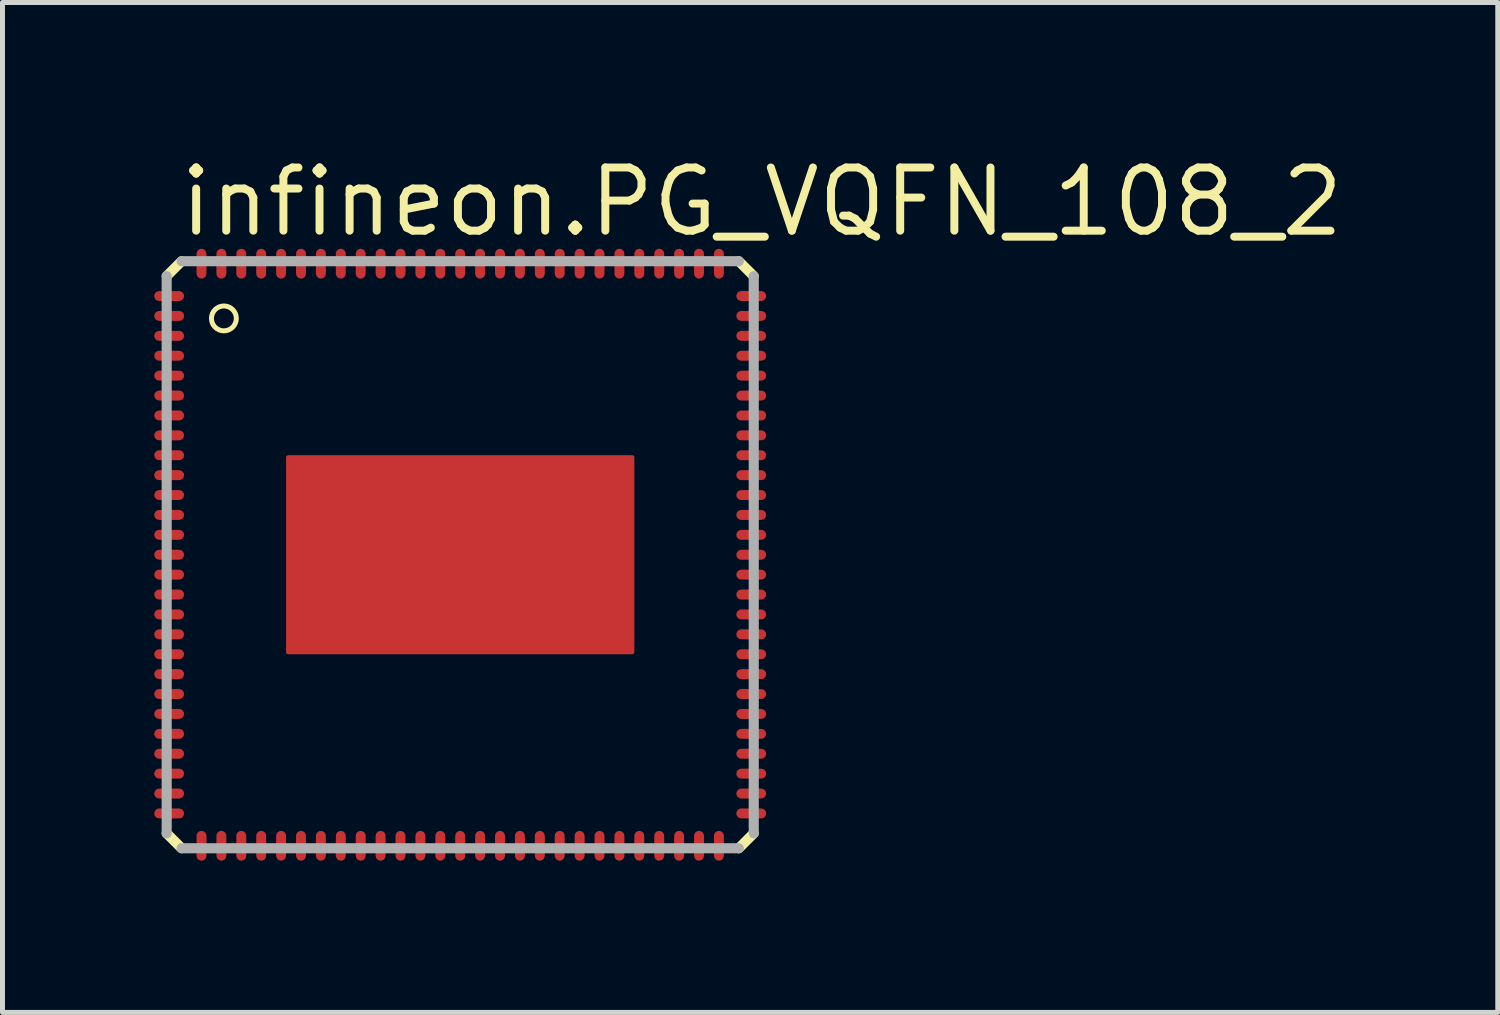
<source format=kicad_pcb>
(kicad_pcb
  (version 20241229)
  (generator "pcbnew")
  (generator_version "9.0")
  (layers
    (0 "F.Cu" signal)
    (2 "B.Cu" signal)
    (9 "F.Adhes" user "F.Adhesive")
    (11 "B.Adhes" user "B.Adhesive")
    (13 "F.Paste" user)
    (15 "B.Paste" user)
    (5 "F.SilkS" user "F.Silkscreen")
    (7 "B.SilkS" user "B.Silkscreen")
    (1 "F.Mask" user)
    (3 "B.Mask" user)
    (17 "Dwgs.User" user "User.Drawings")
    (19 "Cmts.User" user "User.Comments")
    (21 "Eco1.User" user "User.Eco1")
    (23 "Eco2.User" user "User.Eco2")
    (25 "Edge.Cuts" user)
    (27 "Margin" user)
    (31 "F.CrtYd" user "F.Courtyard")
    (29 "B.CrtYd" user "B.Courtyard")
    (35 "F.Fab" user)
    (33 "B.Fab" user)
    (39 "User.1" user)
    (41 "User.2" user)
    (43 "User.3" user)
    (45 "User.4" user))
  (footprint "infineon.PG_VQFN_108_2"
    (layer "F.Cu")
    (at 6.2 8.1)
    (property "Reference" "infineon.PG_VQFN_108_2" (at -5.715 -6.35 0) (layer "F.SilkS") (effects (font (size 1.27 1.27) (thickness 0.16)) (justify left bottom)))
    (attr smd)
    (fp_rect (start -6.175 -5.075) (end -5.525 -5.325) (stroke (width 0.05) (type default)) (fill yes) (layer "F.Mask"))
    (fp_rect (start -6.175 -4.675) (end -5.525 -4.925) (stroke (width 0.05) (type default)) (fill yes) (layer "F.Mask"))
    (fp_rect (start -6.175 -4.275) (end -5.525 -4.525) (stroke (width 0.05) (type default)) (fill yes) (layer "F.Mask"))
    (fp_rect (start -6.175 -3.875) (end -5.525 -4.125) (stroke (width 0.05) (type default)) (fill yes) (layer "F.Mask"))
    (fp_rect (start -6.175 -3.475) (end -5.525 -3.725) (stroke (width 0.05) (type default)) (fill yes) (layer "F.Mask"))
    (fp_rect (start -6.175 -3.075) (end -5.525 -3.325) (stroke (width 0.05) (type default)) (fill yes) (layer "F.Mask"))
    (fp_rect (start -6.175 -2.675) (end -5.525 -2.925) (stroke (width 0.05) (type default)) (fill yes) (layer "F.Mask"))
    (fp_rect (start -6.175 -2.275) (end -5.525 -2.525) (stroke (width 0.05) (type default)) (fill yes) (layer "F.Mask"))
    (fp_rect (start -6.175 -1.875) (end -5.525 -2.125) (stroke (width 0.05) (type default)) (fill yes) (layer "F.Mask"))
    (fp_rect (start -6.175 -1.475) (end -5.525 -1.725) (stroke (width 0.05) (type default)) (fill yes) (layer "F.Mask"))
    (fp_rect (start -6.175 -1.075) (end -5.525 -1.325) (stroke (width 0.05) (type default)) (fill yes) (layer "F.Mask"))
    (fp_rect (start -6.175 -0.675) (end -5.525 -0.925) (stroke (width 0.05) (type default)) (fill yes) (layer "F.Mask"))
    (fp_rect (start -6.175 -0.275) (end -5.525 -0.525) (stroke (width 0.05) (type default)) (fill yes) (layer "F.Mask"))
    (fp_rect (start -6.175 0.125) (end -5.525 -0.125) (stroke (width 0.05) (type default)) (fill yes) (layer "F.Mask"))
    (fp_rect (start -6.175 0.525) (end -5.525 0.275) (stroke (width 0.05) (type default)) (fill yes) (layer "F.Mask"))
    (fp_rect (start -6.175 0.925) (end -5.525 0.675) (stroke (width 0.05) (type default)) (fill yes) (layer "F.Mask"))
    (fp_rect (start -6.175 1.325) (end -5.525 1.075) (stroke (width 0.05) (type default)) (fill yes) (layer "F.Mask"))
    (fp_rect (start -6.175 1.725) (end -5.525 1.475) (stroke (width 0.05) (type default)) (fill yes) (layer "F.Mask"))
    (fp_rect (start -6.175 2.125) (end -5.525 1.875) (stroke (width 0.05) (type default)) (fill yes) (layer "F.Mask"))
    (fp_rect (start -6.175 2.525) (end -5.525 2.275) (stroke (width 0.05) (type default)) (fill yes) (layer "F.Mask"))
    (fp_rect (start -6.175 2.925) (end -5.525 2.675) (stroke (width 0.05) (type default)) (fill yes) (layer "F.Mask"))
    (fp_rect (start -6.175 3.325) (end -5.525 3.075) (stroke (width 0.05) (type default)) (fill yes) (layer "F.Mask"))
    (fp_rect (start -6.175 3.725) (end -5.525 3.475) (stroke (width 0.05) (type default)) (fill yes) (layer "F.Mask"))
    (fp_rect (start -6.175 4.125) (end -5.525 3.875) (stroke (width 0.05) (type default)) (fill yes) (layer "F.Mask"))
    (fp_rect (start -6.175 4.525) (end -5.525 4.275) (stroke (width 0.05) (type default)) (fill yes) (layer "F.Mask"))
    (fp_rect (start -6.175 4.925) (end -5.525 4.675) (stroke (width 0.05) (type default)) (fill yes) (layer "F.Mask"))
    (fp_rect (start -6.175 5.325) (end -5.525 5.075) (stroke (width 0.05) (type default)) (fill yes) (layer "F.Mask"))
    (fp_rect (start -5.325 -5.525) (end -5.075 -6.175) (stroke (width 0.05) (type default)) (fill yes) (layer "F.Mask"))
    (fp_rect (start -5.325 6.175) (end -5.075 5.525) (stroke (width 0.05) (type default)) (fill yes) (layer "F.Mask"))
    (fp_rect (start -4.925 -5.525) (end -4.675 -6.175) (stroke (width 0.05) (type default)) (fill yes) (layer "F.Mask"))
    (fp_rect (start -4.925 6.175) (end -4.675 5.525) (stroke (width 0.05) (type default)) (fill yes) (layer "F.Mask"))
    (fp_rect (start -4.525 -5.525) (end -4.275 -6.175) (stroke (width 0.05) (type default)) (fill yes) (layer "F.Mask"))
    (fp_rect (start -4.525 6.175) (end -4.275 5.525) (stroke (width 0.05) (type default)) (fill yes) (layer "F.Mask"))
    (fp_rect (start -4.125 -5.525) (end -3.875 -6.175) (stroke (width 0.05) (type default)) (fill yes) (layer "F.Mask"))
    (fp_rect (start -4.125 6.175) (end -3.875 5.525) (stroke (width 0.05) (type default)) (fill yes) (layer "F.Mask"))
    (fp_rect (start -3.725 -5.525) (end -3.475 -6.175) (stroke (width 0.05) (type default)) (fill yes) (layer "F.Mask"))
    (fp_rect (start -3.725 6.175) (end -3.475 5.525) (stroke (width 0.05) (type default)) (fill yes) (layer "F.Mask"))
    (fp_rect (start -3.325 -5.525) (end -3.075 -6.175) (stroke (width 0.05) (type default)) (fill yes) (layer "F.Mask"))
    (fp_rect (start -3.325 6.175) (end -3.075 5.525) (stroke (width 0.05) (type default)) (fill yes) (layer "F.Mask"))
    (fp_rect (start -2.925 -5.525) (end -2.675 -6.175) (stroke (width 0.05) (type default)) (fill yes) (layer "F.Mask"))
    (fp_rect (start -2.925 6.175) (end -2.675 5.525) (stroke (width 0.05) (type default)) (fill yes) (layer "F.Mask"))
    (fp_rect (start -2.525 -5.525) (end -2.275 -6.175) (stroke (width 0.05) (type default)) (fill yes) (layer "F.Mask"))
    (fp_rect (start -2.525 6.175) (end -2.275 5.525) (stroke (width 0.05) (type default)) (fill yes) (layer "F.Mask"))
    (fp_rect (start -2.125 -5.525) (end -1.875 -6.175) (stroke (width 0.05) (type default)) (fill yes) (layer "F.Mask"))
    (fp_rect (start -2.125 6.175) (end -1.875 5.525) (stroke (width 0.05) (type default)) (fill yes) (layer "F.Mask"))
    (fp_rect (start -1.725 -5.525) (end -1.475 -6.175) (stroke (width 0.05) (type default)) (fill yes) (layer "F.Mask"))
    (fp_rect (start -1.725 6.175) (end -1.475 5.525) (stroke (width 0.05) (type default)) (fill yes) (layer "F.Mask"))
    (fp_rect (start -1.325 -5.525) (end -1.075 -6.175) (stroke (width 0.05) (type default)) (fill yes) (layer "F.Mask"))
    (fp_rect (start -1.325 6.175) (end -1.075 5.525) (stroke (width 0.05) (type default)) (fill yes) (layer "F.Mask"))
    (fp_rect (start -0.925 -5.525) (end -0.675 -6.175) (stroke (width 0.05) (type default)) (fill yes) (layer "F.Mask"))
    (fp_rect (start -0.925 6.175) (end -0.675 5.525) (stroke (width 0.05) (type default)) (fill yes) (layer "F.Mask"))
    (fp_rect (start -0.525 -5.525) (end -0.275 -6.175) (stroke (width 0.05) (type default)) (fill yes) (layer "F.Mask"))
    (fp_rect (start -0.525 6.175) (end -0.275 5.525) (stroke (width 0.05) (type default)) (fill yes) (layer "F.Mask"))
    (fp_rect (start -0.125 -5.525) (end 0.125 -6.175) (stroke (width 0.05) (type default)) (fill yes) (layer "F.Mask"))
    (fp_rect (start -0.125 6.175) (end 0.125 5.525) (stroke (width 0.05) (type default)) (fill yes) (layer "F.Mask"))
    (fp_rect (start 0.275 -5.525) (end 0.525 -6.175) (stroke (width 0.05) (type default)) (fill yes) (layer "F.Mask"))
    (fp_rect (start 0.275 6.175) (end 0.525 5.525) (stroke (width 0.05) (type default)) (fill yes) (layer "F.Mask"))
    (fp_rect (start 0.675 -5.525) (end 0.925 -6.175) (stroke (width 0.05) (type default)) (fill yes) (layer "F.Mask"))
    (fp_rect (start 0.675 6.175) (end 0.925 5.525) (stroke (width 0.05) (type default)) (fill yes) (layer "F.Mask"))
    (fp_rect (start 1.075 -5.525) (end 1.325 -6.175) (stroke (width 0.05) (type default)) (fill yes) (layer "F.Mask"))
    (fp_rect (start 1.075 6.175) (end 1.325 5.525) (stroke (width 0.05) (type default)) (fill yes) (layer "F.Mask"))
    (fp_rect (start 1.475 -5.525) (end 1.725 -6.175) (stroke (width 0.05) (type default)) (fill yes) (layer "F.Mask"))
    (fp_rect (start 1.475 6.175) (end 1.725 5.525) (stroke (width 0.05) (type default)) (fill yes) (layer "F.Mask"))
    (fp_rect (start 1.875 -5.525) (end 2.125 -6.175) (stroke (width 0.05) (type default)) (fill yes) (layer "F.Mask"))
    (fp_rect (start 1.875 6.175) (end 2.125 5.525) (stroke (width 0.05) (type default)) (fill yes) (layer "F.Mask"))
    (fp_rect (start 2.275 -5.525) (end 2.525 -6.175) (stroke (width 0.05) (type default)) (fill yes) (layer "F.Mask"))
    (fp_rect (start 2.275 6.175) (end 2.525 5.525) (stroke (width 0.05) (type default)) (fill yes) (layer "F.Mask"))
    (fp_rect (start 2.675 -5.525) (end 2.925 -6.175) (stroke (width 0.05) (type default)) (fill yes) (layer "F.Mask"))
    (fp_rect (start 2.675 6.175) (end 2.925 5.525) (stroke (width 0.05) (type default)) (fill yes) (layer "F.Mask"))
    (fp_rect (start 3.075 -5.525) (end 3.325 -6.175) (stroke (width 0.05) (type default)) (fill yes) (layer "F.Mask"))
    (fp_rect (start 3.075 6.175) (end 3.325 5.525) (stroke (width 0.05) (type default)) (fill yes) (layer "F.Mask"))
    (fp_rect (start 3.475 -5.525) (end 3.725 -6.175) (stroke (width 0.05) (type default)) (fill yes) (layer "F.Mask"))
    (fp_rect (start 3.475 6.175) (end 3.725 5.525) (stroke (width 0.05) (type default)) (fill yes) (layer "F.Mask"))
    (fp_rect (start 3.875 -5.525) (end 4.125 -6.175) (stroke (width 0.05) (type default)) (fill yes) (layer "F.Mask"))
    (fp_rect (start 3.875 6.175) (end 4.125 5.525) (stroke (width 0.05) (type default)) (fill yes) (layer "F.Mask"))
    (fp_rect (start 4.275 -5.525) (end 4.525 -6.175) (stroke (width 0.05) (type default)) (fill yes) (layer "F.Mask"))
    (fp_rect (start 4.275 6.175) (end 4.525 5.525) (stroke (width 0.05) (type default)) (fill yes) (layer "F.Mask"))
    (fp_rect (start 4.675 -5.525) (end 4.925 -6.175) (stroke (width 0.05) (type default)) (fill yes) (layer "F.Mask"))
    (fp_rect (start 4.675 6.175) (end 4.925 5.525) (stroke (width 0.05) (type default)) (fill yes) (layer "F.Mask"))
    (fp_rect (start 5.075 -5.525) (end 5.325 -6.175) (stroke (width 0.05) (type default)) (fill yes) (layer "F.Mask"))
    (fp_rect (start 5.075 6.175) (end 5.325 5.525) (stroke (width 0.05) (type default)) (fill yes) (layer "F.Mask"))
    (fp_rect (start 5.525 -5.075) (end 6.175 -5.325) (stroke (width 0.05) (type default)) (fill yes) (layer "F.Mask"))
    (fp_rect (start 5.525 -4.675) (end 6.175 -4.925) (stroke (width 0.05) (type default)) (fill yes) (layer "F.Mask"))
    (fp_rect (start 5.525 -4.275) (end 6.175 -4.525) (stroke (width 0.05) (type default)) (fill yes) (layer "F.Mask"))
    (fp_rect (start 5.525 -3.875) (end 6.175 -4.125) (stroke (width 0.05) (type default)) (fill yes) (layer "F.Mask"))
    (fp_rect (start 5.525 -3.475) (end 6.175 -3.725) (stroke (width 0.05) (type default)) (fill yes) (layer "F.Mask"))
    (fp_rect (start 5.525 -3.075) (end 6.175 -3.325) (stroke (width 0.05) (type default)) (fill yes) (layer "F.Mask"))
    (fp_rect (start 5.525 -2.675) (end 6.175 -2.925) (stroke (width 0.05) (type default)) (fill yes) (layer "F.Mask"))
    (fp_rect (start 5.525 -2.275) (end 6.175 -2.525) (stroke (width 0.05) (type default)) (fill yes) (layer "F.Mask"))
    (fp_rect (start 5.525 -1.875) (end 6.175 -2.125) (stroke (width 0.05) (type default)) (fill yes) (layer "F.Mask"))
    (fp_rect (start 5.525 -1.475) (end 6.175 -1.725) (stroke (width 0.05) (type default)) (fill yes) (layer "F.Mask"))
    (fp_rect (start 5.525 -1.075) (end 6.175 -1.325) (stroke (width 0.05) (type default)) (fill yes) (layer "F.Mask"))
    (fp_rect (start 5.525 -0.675) (end 6.175 -0.925) (stroke (width 0.05) (type default)) (fill yes) (layer "F.Mask"))
    (fp_rect (start 5.525 -0.275) (end 6.175 -0.525) (stroke (width 0.05) (type default)) (fill yes) (layer "F.Mask"))
    (fp_rect (start 5.525 0.125) (end 6.175 -0.125) (stroke (width 0.05) (type default)) (fill yes) (layer "F.Mask"))
    (fp_rect (start 5.525 0.525) (end 6.175 0.275) (stroke (width 0.05) (type default)) (fill yes) (layer "F.Mask"))
    (fp_rect (start 5.525 0.925) (end 6.175 0.675) (stroke (width 0.05) (type default)) (fill yes) (layer "F.Mask"))
    (fp_rect (start 5.525 1.325) (end 6.175 1.075) (stroke (width 0.05) (type default)) (fill yes) (layer "F.Mask"))
    (fp_rect (start 5.525 1.725) (end 6.175 1.475) (stroke (width 0.05) (type default)) (fill yes) (layer "F.Mask"))
    (fp_rect (start 5.525 2.125) (end 6.175 1.875) (stroke (width 0.05) (type default)) (fill yes) (layer "F.Mask"))
    (fp_rect (start 5.525 2.525) (end 6.175 2.275) (stroke (width 0.05) (type default)) (fill yes) (layer "F.Mask"))
    (fp_rect (start 5.525 2.925) (end 6.175 2.675) (stroke (width 0.05) (type default)) (fill yes) (layer "F.Mask"))
    (fp_rect (start 5.525 3.325) (end 6.175 3.075) (stroke (width 0.05) (type default)) (fill yes) (layer "F.Mask"))
    (fp_rect (start 5.525 3.725) (end 6.175 3.475) (stroke (width 0.05) (type default)) (fill yes) (layer "F.Mask"))
    (fp_rect (start 5.525 4.125) (end 6.175 3.875) (stroke (width 0.05) (type default)) (fill yes) (layer "F.Mask"))
    (fp_rect (start 5.525 4.525) (end 6.175 4.275) (stroke (width 0.05) (type default)) (fill yes) (layer "F.Mask"))
    (fp_rect (start 5.525 4.925) (end 6.175 4.675) (stroke (width 0.05) (type default)) (fill yes) (layer "F.Mask"))
    (fp_rect (start 5.525 5.325) (end 6.175 5.075) (stroke (width 0.05) (type default)) (fill yes) (layer "F.Mask"))
    (fp_poly (pts (xy -3.5 -2) (xy -3.35 -2) (xy -3.05 -1.7) (xy -2.75 -2) (xy 3.5 -2) (xy 3.5 2) (xy -3.5 2)) (stroke (width 0.203) (type default)) (fill yes) (layer "F.Mask"))
    (fp_line (start -5.9 -5.6) (end -5.6 -5.9) (stroke (width 0.203) (type default)) (layer "F.SilkS"))
    (fp_line (start -5.6 5.9) (end -5.9 5.6) (stroke (width 0.203) (type default)) (layer "F.SilkS"))
    (fp_line (start 5.6 -5.9) (end 5.9 -5.6) (stroke (width 0.203) (type default)) (layer "F.SilkS"))
    (fp_line (start 5.9 5.6) (end 5.6 5.9) (stroke (width 0.203) (type default)) (layer "F.SilkS"))
    (fp_circle (center -4.75 -4.75) (end -4.5 -4.75) (stroke (width 0.1) (type default)) (fill no) (layer "F.SilkS"))
    (fp_rect (start -6.125 -5.125) (end -5.575 -5.275) (stroke (width 0.05) (type default)) (fill yes) (layer "F.Paste"))
    (fp_rect (start -6.125 -4.725) (end -5.575 -4.875) (stroke (width 0.05) (type default)) (fill yes) (layer "F.Paste"))
    (fp_rect (start -6.125 -4.325) (end -5.575 -4.475) (stroke (width 0.05) (type default)) (fill yes) (layer "F.Paste"))
    (fp_rect (start -6.125 -3.925) (end -5.575 -4.075) (stroke (width 0.05) (type default)) (fill yes) (layer "F.Paste"))
    (fp_rect (start -6.125 -3.525) (end -5.575 -3.675) (stroke (width 0.05) (type default)) (fill yes) (layer "F.Paste"))
    (fp_rect (start -6.125 -3.125) (end -5.575 -3.275) (stroke (width 0.05) (type default)) (fill yes) (layer "F.Paste"))
    (fp_rect (start -6.125 -2.725) (end -5.575 -2.875) (stroke (width 0.05) (type default)) (fill yes) (layer "F.Paste"))
    (fp_rect (start -6.125 -2.325) (end -5.575 -2.475) (stroke (width 0.05) (type default)) (fill yes) (layer "F.Paste"))
    (fp_rect (start -6.125 -1.925) (end -5.575 -2.075) (stroke (width 0.05) (type default)) (fill yes) (layer "F.Paste"))
    (fp_rect (start -6.125 -1.525) (end -5.575 -1.675) (stroke (width 0.05) (type default)) (fill yes) (layer "F.Paste"))
    (fp_rect (start -6.125 -1.125) (end -5.575 -1.275) (stroke (width 0.05) (type default)) (fill yes) (layer "F.Paste"))
    (fp_rect (start -6.125 -0.725) (end -5.575 -0.875) (stroke (width 0.05) (type default)) (fill yes) (layer "F.Paste"))
    (fp_rect (start -6.125 -0.325) (end -5.575 -0.475) (stroke (width 0.05) (type default)) (fill yes) (layer "F.Paste"))
    (fp_rect (start -6.125 0.075) (end -5.575 -0.075) (stroke (width 0.05) (type default)) (fill yes) (layer "F.Paste"))
    (fp_rect (start -6.125 0.475) (end -5.575 0.325) (stroke (width 0.05) (type default)) (fill yes) (layer "F.Paste"))
    (fp_rect (start -6.125 0.875) (end -5.575 0.725) (stroke (width 0.05) (type default)) (fill yes) (layer "F.Paste"))
    (fp_rect (start -6.125 1.275) (end -5.575 1.125) (stroke (width 0.05) (type default)) (fill yes) (layer "F.Paste"))
    (fp_rect (start -6.125 1.675) (end -5.575 1.525) (stroke (width 0.05) (type default)) (fill yes) (layer "F.Paste"))
    (fp_rect (start -6.125 2.075) (end -5.575 1.925) (stroke (width 0.05) (type default)) (fill yes) (layer "F.Paste"))
    (fp_rect (start -6.125 2.475) (end -5.575 2.325) (stroke (width 0.05) (type default)) (fill yes) (layer "F.Paste"))
    (fp_rect (start -6.125 2.875) (end -5.575 2.725) (stroke (width 0.05) (type default)) (fill yes) (layer "F.Paste"))
    (fp_rect (start -6.125 3.275) (end -5.575 3.125) (stroke (width 0.05) (type default)) (fill yes) (layer "F.Paste"))
    (fp_rect (start -6.125 3.675) (end -5.575 3.525) (stroke (width 0.05) (type default)) (fill yes) (layer "F.Paste"))
    (fp_rect (start -6.125 4.075) (end -5.575 3.925) (stroke (width 0.05) (type default)) (fill yes) (layer "F.Paste"))
    (fp_rect (start -6.125 4.475) (end -5.575 4.325) (stroke (width 0.05) (type default)) (fill yes) (layer "F.Paste"))
    (fp_rect (start -6.125 4.875) (end -5.575 4.725) (stroke (width 0.05) (type default)) (fill yes) (layer "F.Paste"))
    (fp_rect (start -6.125 5.275) (end -5.575 5.125) (stroke (width 0.05) (type default)) (fill yes) (layer "F.Paste"))
    (fp_rect (start -5.275 -5.575) (end -5.125 -6.125) (stroke (width 0.05) (type default)) (fill yes) (layer "F.Paste"))
    (fp_rect (start -5.275 6.125) (end -5.125 5.575) (stroke (width 0.05) (type default)) (fill yes) (layer "F.Paste"))
    (fp_rect (start -4.875 -5.575) (end -4.725 -6.125) (stroke (width 0.05) (type default)) (fill yes) (layer "F.Paste"))
    (fp_rect (start -4.875 6.125) (end -4.725 5.575) (stroke (width 0.05) (type default)) (fill yes) (layer "F.Paste"))
    (fp_rect (start -4.475 -5.575) (end -4.325 -6.125) (stroke (width 0.05) (type default)) (fill yes) (layer "F.Paste"))
    (fp_rect (start -4.475 6.125) (end -4.325 5.575) (stroke (width 0.05) (type default)) (fill yes) (layer "F.Paste"))
    (fp_rect (start -4.075 -5.575) (end -3.925 -6.125) (stroke (width 0.05) (type default)) (fill yes) (layer "F.Paste"))
    (fp_rect (start -4.075 6.125) (end -3.925 5.575) (stroke (width 0.05) (type default)) (fill yes) (layer "F.Paste"))
    (fp_rect (start -3.675 -5.575) (end -3.525 -6.125) (stroke (width 0.05) (type default)) (fill yes) (layer "F.Paste"))
    (fp_rect (start -3.675 6.125) (end -3.525 5.575) (stroke (width 0.05) (type default)) (fill yes) (layer "F.Paste"))
    (fp_rect (start -3.275 -5.575) (end -3.125 -6.125) (stroke (width 0.05) (type default)) (fill yes) (layer "F.Paste"))
    (fp_rect (start -3.275 6.125) (end -3.125 5.575) (stroke (width 0.05) (type default)) (fill yes) (layer "F.Paste"))
    (fp_rect (start -3.2 1.6) (end 3.2 -1.6) (stroke (width 0.05) (type default)) (fill yes) (layer "F.Paste"))
    (fp_rect (start -2.875 -5.575) (end -2.725 -6.125) (stroke (width 0.05) (type default)) (fill yes) (layer "F.Paste"))
    (fp_rect (start -2.875 6.125) (end -2.725 5.575) (stroke (width 0.05) (type default)) (fill yes) (layer "F.Paste"))
    (fp_rect (start -2.475 -5.575) (end -2.325 -6.125) (stroke (width 0.05) (type default)) (fill yes) (layer "F.Paste"))
    (fp_rect (start -2.475 6.125) (end -2.325 5.575) (stroke (width 0.05) (type default)) (fill yes) (layer "F.Paste"))
    (fp_rect (start -2.075 -5.575) (end -1.925 -6.125) (stroke (width 0.05) (type default)) (fill yes) (layer "F.Paste"))
    (fp_rect (start -2.075 6.125) (end -1.925 5.575) (stroke (width 0.05) (type default)) (fill yes) (layer "F.Paste"))
    (fp_rect (start -1.675 -5.575) (end -1.525 -6.125) (stroke (width 0.05) (type default)) (fill yes) (layer "F.Paste"))
    (fp_rect (start -1.675 6.125) (end -1.525 5.575) (stroke (width 0.05) (type default)) (fill yes) (layer "F.Paste"))
    (fp_rect (start -1.275 -5.575) (end -1.125 -6.125) (stroke (width 0.05) (type default)) (fill yes) (layer "F.Paste"))
    (fp_rect (start -1.275 6.125) (end -1.125 5.575) (stroke (width 0.05) (type default)) (fill yes) (layer "F.Paste"))
    (fp_rect (start -0.875 -5.575) (end -0.725 -6.125) (stroke (width 0.05) (type default)) (fill yes) (layer "F.Paste"))
    (fp_rect (start -0.875 6.125) (end -0.725 5.575) (stroke (width 0.05) (type default)) (fill yes) (layer "F.Paste"))
    (fp_rect (start -0.475 -5.575) (end -0.325 -6.125) (stroke (width 0.05) (type default)) (fill yes) (layer "F.Paste"))
    (fp_rect (start -0.475 6.125) (end -0.325 5.575) (stroke (width 0.05) (type default)) (fill yes) (layer "F.Paste"))
    (fp_rect (start -0.075 -5.575) (end 0.075 -6.125) (stroke (width 0.05) (type default)) (fill yes) (layer "F.Paste"))
    (fp_rect (start -0.075 6.125) (end 0.075 5.575) (stroke (width 0.05) (type default)) (fill yes) (layer "F.Paste"))
    (fp_rect (start 0.325 -5.575) (end 0.475 -6.125) (stroke (width 0.05) (type default)) (fill yes) (layer "F.Paste"))
    (fp_rect (start 0.325 6.125) (end 0.475 5.575) (stroke (width 0.05) (type default)) (fill yes) (layer "F.Paste"))
    (fp_rect (start 0.725 -5.575) (end 0.875 -6.125) (stroke (width 0.05) (type default)) (fill yes) (layer "F.Paste"))
    (fp_rect (start 0.725 6.125) (end 0.875 5.575) (stroke (width 0.05) (type default)) (fill yes) (layer "F.Paste"))
    (fp_rect (start 1.125 -5.575) (end 1.275 -6.125) (stroke (width 0.05) (type default)) (fill yes) (layer "F.Paste"))
    (fp_rect (start 1.125 6.125) (end 1.275 5.575) (stroke (width 0.05) (type default)) (fill yes) (layer "F.Paste"))
    (fp_rect (start 1.525 -5.575) (end 1.675 -6.125) (stroke (width 0.05) (type default)) (fill yes) (layer "F.Paste"))
    (fp_rect (start 1.525 6.125) (end 1.675 5.575) (stroke (width 0.05) (type default)) (fill yes) (layer "F.Paste"))
    (fp_rect (start 1.925 -5.575) (end 2.075 -6.125) (stroke (width 0.05) (type default)) (fill yes) (layer "F.Paste"))
    (fp_rect (start 1.925 6.125) (end 2.075 5.575) (stroke (width 0.05) (type default)) (fill yes) (layer "F.Paste"))
    (fp_rect (start 2.325 -5.575) (end 2.475 -6.125) (stroke (width 0.05) (type default)) (fill yes) (layer "F.Paste"))
    (fp_rect (start 2.325 6.125) (end 2.475 5.575) (stroke (width 0.05) (type default)) (fill yes) (layer "F.Paste"))
    (fp_rect (start 2.725 -5.575) (end 2.875 -6.125) (stroke (width 0.05) (type default)) (fill yes) (layer "F.Paste"))
    (fp_rect (start 2.725 6.125) (end 2.875 5.575) (stroke (width 0.05) (type default)) (fill yes) (layer "F.Paste"))
    (fp_rect (start 3.125 -5.575) (end 3.275 -6.125) (stroke (width 0.05) (type default)) (fill yes) (layer "F.Paste"))
    (fp_rect (start 3.125 6.125) (end 3.275 5.575) (stroke (width 0.05) (type default)) (fill yes) (layer "F.Paste"))
    (fp_rect (start 3.525 -5.575) (end 3.675 -6.125) (stroke (width 0.05) (type default)) (fill yes) (layer "F.Paste"))
    (fp_rect (start 3.525 6.125) (end 3.675 5.575) (stroke (width 0.05) (type default)) (fill yes) (layer "F.Paste"))
    (fp_rect (start 3.925 -5.575) (end 4.075 -6.125) (stroke (width 0.05) (type default)) (fill yes) (layer "F.Paste"))
    (fp_rect (start 3.925 6.125) (end 4.075 5.575) (stroke (width 0.05) (type default)) (fill yes) (layer "F.Paste"))
    (fp_rect (start 4.325 -5.575) (end 4.475 -6.125) (stroke (width 0.05) (type default)) (fill yes) (layer "F.Paste"))
    (fp_rect (start 4.325 6.125) (end 4.475 5.575) (stroke (width 0.05) (type default)) (fill yes) (layer "F.Paste"))
    (fp_rect (start 4.725 -5.575) (end 4.875 -6.125) (stroke (width 0.05) (type default)) (fill yes) (layer "F.Paste"))
    (fp_rect (start 4.725 6.125) (end 4.875 5.575) (stroke (width 0.05) (type default)) (fill yes) (layer "F.Paste"))
    (fp_rect (start 5.125 -5.575) (end 5.275 -6.125) (stroke (width 0.05) (type default)) (fill yes) (layer "F.Paste"))
    (fp_rect (start 5.125 6.125) (end 5.275 5.575) (stroke (width 0.05) (type default)) (fill yes) (layer "F.Paste"))
    (fp_rect (start 5.575 -5.125) (end 6.125 -5.275) (stroke (width 0.05) (type default)) (fill yes) (layer "F.Paste"))
    (fp_rect (start 5.575 -4.725) (end 6.125 -4.875) (stroke (width 0.05) (type default)) (fill yes) (layer "F.Paste"))
    (fp_rect (start 5.575 -4.325) (end 6.125 -4.475) (stroke (width 0.05) (type default)) (fill yes) (layer "F.Paste"))
    (fp_rect (start 5.575 -3.925) (end 6.125 -4.075) (stroke (width 0.05) (type default)) (fill yes) (layer "F.Paste"))
    (fp_rect (start 5.575 -3.525) (end 6.125 -3.675) (stroke (width 0.05) (type default)) (fill yes) (layer "F.Paste"))
    (fp_rect (start 5.575 -3.125) (end 6.125 -3.275) (stroke (width 0.05) (type default)) (fill yes) (layer "F.Paste"))
    (fp_rect (start 5.575 -2.725) (end 6.125 -2.875) (stroke (width 0.05) (type default)) (fill yes) (layer "F.Paste"))
    (fp_rect (start 5.575 -2.325) (end 6.125 -2.475) (stroke (width 0.05) (type default)) (fill yes) (layer "F.Paste"))
    (fp_rect (start 5.575 -1.925) (end 6.125 -2.075) (stroke (width 0.05) (type default)) (fill yes) (layer "F.Paste"))
    (fp_rect (start 5.575 -1.525) (end 6.125 -1.675) (stroke (width 0.05) (type default)) (fill yes) (layer "F.Paste"))
    (fp_rect (start 5.575 -1.125) (end 6.125 -1.275) (stroke (width 0.05) (type default)) (fill yes) (layer "F.Paste"))
    (fp_rect (start 5.575 -0.725) (end 6.125 -0.875) (stroke (width 0.05) (type default)) (fill yes) (layer "F.Paste"))
    (fp_rect (start 5.575 -0.325) (end 6.125 -0.475) (stroke (width 0.05) (type default)) (fill yes) (layer "F.Paste"))
    (fp_rect (start 5.575 0.075) (end 6.125 -0.075) (stroke (width 0.05) (type default)) (fill yes) (layer "F.Paste"))
    (fp_rect (start 5.575 0.475) (end 6.125 0.325) (stroke (width 0.05) (type default)) (fill yes) (layer "F.Paste"))
    (fp_rect (start 5.575 0.875) (end 6.125 0.725) (stroke (width 0.05) (type default)) (fill yes) (layer "F.Paste"))
    (fp_rect (start 5.575 1.275) (end 6.125 1.125) (stroke (width 0.05) (type default)) (fill yes) (layer "F.Paste"))
    (fp_rect (start 5.575 1.675) (end 6.125 1.525) (stroke (width 0.05) (type default)) (fill yes) (layer "F.Paste"))
    (fp_rect (start 5.575 2.075) (end 6.125 1.925) (stroke (width 0.05) (type default)) (fill yes) (layer "F.Paste"))
    (fp_rect (start 5.575 2.475) (end 6.125 2.325) (stroke (width 0.05) (type default)) (fill yes) (layer "F.Paste"))
    (fp_rect (start 5.575 2.875) (end 6.125 2.725) (stroke (width 0.05) (type default)) (fill yes) (layer "F.Paste"))
    (fp_rect (start 5.575 3.275) (end 6.125 3.125) (stroke (width 0.05) (type default)) (fill yes) (layer "F.Paste"))
    (fp_rect (start 5.575 3.675) (end 6.125 3.525) (stroke (width 0.05) (type default)) (fill yes) (layer "F.Paste"))
    (fp_rect (start 5.575 4.075) (end 6.125 3.925) (stroke (width 0.05) (type default)) (fill yes) (layer "F.Paste"))
    (fp_rect (start 5.575 4.475) (end 6.125 4.325) (stroke (width 0.05) (type default)) (fill yes) (layer "F.Paste"))
    (fp_rect (start 5.575 4.875) (end 6.125 4.725) (stroke (width 0.05) (type default)) (fill yes) (layer "F.Paste"))
    (fp_rect (start 5.575 5.275) (end 6.125 5.125) (stroke (width 0.05) (type default)) (fill yes) (layer "F.Paste"))
    (fp_line (start -5.9 5.6) (end -5.9 -5.6) (stroke (width 0.203) (type default)) (layer "F.Fab"))
    (fp_line (start -5.6 -5.9) (end 5.6 -5.9) (stroke (width 0.203) (type default)) (layer "F.Fab"))
    (fp_line (start 5.6 5.9) (end -5.6 5.9) (stroke (width 0.203) (type default)) (layer "F.Fab"))
    (fp_line (start 5.9 -5.6) (end 5.9 5.6) (stroke (width 0.203) (type default)) (layer "F.Fab"))
    (pad "1" smd roundrect (at -5.85 -5.2) (size 0.6 0.2) (layers "F.Cu" "F.Mask" "F.Paste") (roundrect_rratio 0.5))
    (pad "2" smd roundrect (at -5.85 -4.8) (size 0.6 0.2) (layers "F.Cu" "F.Mask" "F.Paste") (roundrect_rratio 0.5))
    (pad "3" smd roundrect (at -5.85 -4.4) (size 0.6 0.2) (layers "F.Cu" "F.Mask" "F.Paste") (roundrect_rratio 0.5))
    (pad "4" smd roundrect (at -5.85 -4) (size 0.6 0.2) (layers "F.Cu" "F.Mask" "F.Paste") (roundrect_rratio 0.5))
    (pad "5" smd roundrect (at -5.85 -3.6) (size 0.6 0.2) (layers "F.Cu" "F.Mask" "F.Paste") (roundrect_rratio 0.5))
    (pad "6" smd roundrect (at -5.85 -3.2) (size 0.6 0.2) (layers "F.Cu" "F.Mask" "F.Paste") (roundrect_rratio 0.5))
    (pad "7" smd roundrect (at -5.85 -2.8) (size 0.6 0.2) (layers "F.Cu" "F.Mask" "F.Paste") (roundrect_rratio 0.5))
    (pad "8" smd roundrect (at -5.85 -2.4) (size 0.6 0.2) (layers "F.Cu" "F.Mask" "F.Paste") (roundrect_rratio 0.5))
    (pad "9" smd roundrect (at -5.85 -2) (size 0.6 0.2) (layers "F.Cu" "F.Mask" "F.Paste") (roundrect_rratio 0.5))
    (pad "10" smd roundrect (at -5.85 -1.6) (size 0.6 0.2) (layers "F.Cu" "F.Mask" "F.Paste") (roundrect_rratio 0.5))
    (pad "11" smd roundrect (at -5.85 -1.2) (size 0.6 0.2) (layers "F.Cu" "F.Mask" "F.Paste") (roundrect_rratio 0.5))
    (pad "12" smd roundrect (at -5.85 -0.8) (size 0.6 0.2) (layers "F.Cu" "F.Mask" "F.Paste") (roundrect_rratio 0.5))
    (pad "13" smd roundrect (at -5.85 -0.4) (size 0.6 0.2) (layers "F.Cu" "F.Mask" "F.Paste") (roundrect_rratio 0.5))
    (pad "14" smd roundrect (at -5.85 0) (size 0.6 0.2) (layers "F.Cu" "F.Mask" "F.Paste") (roundrect_rratio 0.5))
    (pad "15" smd roundrect (at -5.85 0.4) (size 0.6 0.2) (layers "F.Cu" "F.Mask" "F.Paste") (roundrect_rratio 0.5))
    (pad "16" smd roundrect (at -5.85 0.8) (size 0.6 0.2) (layers "F.Cu" "F.Mask" "F.Paste") (roundrect_rratio 0.5))
    (pad "17" smd roundrect (at -5.85 1.2) (size 0.6 0.2) (layers "F.Cu" "F.Mask" "F.Paste") (roundrect_rratio 0.5))
    (pad "18" smd roundrect (at -5.85 1.6) (size 0.6 0.2) (layers "F.Cu" "F.Mask" "F.Paste") (roundrect_rratio 0.5))
    (pad "19" smd roundrect (at -5.85 2) (size 0.6 0.2) (layers "F.Cu" "F.Mask" "F.Paste") (roundrect_rratio 0.5))
    (pad "20" smd roundrect (at -5.85 2.4) (size 0.6 0.2) (layers "F.Cu" "F.Mask" "F.Paste") (roundrect_rratio 0.5))
    (pad "21" smd roundrect (at -5.85 2.8) (size 0.6 0.2) (layers "F.Cu" "F.Mask" "F.Paste") (roundrect_rratio 0.5))
    (pad "22" smd roundrect (at -5.85 3.2) (size 0.6 0.2) (layers "F.Cu" "F.Mask" "F.Paste") (roundrect_rratio 0.5))
    (pad "23" smd roundrect (at -5.85 3.6) (size 0.6 0.2) (layers "F.Cu" "F.Mask" "F.Paste") (roundrect_rratio 0.5))
    (pad "24" smd roundrect (at -5.85 4) (size 0.6 0.2) (layers "F.Cu" "F.Mask" "F.Paste") (roundrect_rratio 0.5))
    (pad "25" smd roundrect (at -5.85 4.4) (size 0.6 0.2) (layers "F.Cu" "F.Mask" "F.Paste") (roundrect_rratio 0.5))
    (pad "26" smd roundrect (at -5.85 4.8) (size 0.6 0.2) (layers "F.Cu" "F.Mask" "F.Paste") (roundrect_rratio 0.5))
    (pad "27" smd roundrect (at -5.85 5.2) (size 0.6 0.2) (layers "F.Cu" "F.Mask" "F.Paste") (roundrect_rratio 0.5))
    (pad "28" smd roundrect (at -5.2 5.85 90) (size 0.6 0.2) (layers "F.Cu" "F.Mask" "F.Paste") (roundrect_rratio 0.5))
    (pad "29" smd roundrect (at -4.8 5.85 90) (size 0.6 0.2) (layers "F.Cu" "F.Mask" "F.Paste") (roundrect_rratio 0.5))
    (pad "30" smd roundrect (at -4.4 5.85 90) (size 0.6 0.2) (layers "F.Cu" "F.Mask" "F.Paste") (roundrect_rratio 0.5))
    (pad "31" smd roundrect (at -4 5.85 90) (size 0.6 0.2) (layers "F.Cu" "F.Mask" "F.Paste") (roundrect_rratio 0.5))
    (pad "32" smd roundrect (at -3.6 5.85 90) (size 0.6 0.2) (layers "F.Cu" "F.Mask" "F.Paste") (roundrect_rratio 0.5))
    (pad "33" smd roundrect (at -3.2 5.85 90) (size 0.6 0.2) (layers "F.Cu" "F.Mask" "F.Paste") (roundrect_rratio 0.5))
    (pad "34" smd roundrect (at -2.8 5.85 90) (size 0.6 0.2) (layers "F.Cu" "F.Mask" "F.Paste") (roundrect_rratio 0.5))
    (pad "35" smd roundrect (at -2.4 5.85 90) (size 0.6 0.2) (layers "F.Cu" "F.Mask" "F.Paste") (roundrect_rratio 0.5))
    (pad "36" smd roundrect (at -2 5.85 90) (size 0.6 0.2) (layers "F.Cu" "F.Mask" "F.Paste") (roundrect_rratio 0.5))
    (pad "37" smd roundrect (at -1.6 5.85 90) (size 0.6 0.2) (layers "F.Cu" "F.Mask" "F.Paste") (roundrect_rratio 0.5))
    (pad "38" smd roundrect (at -1.2 5.85 90) (size 0.6 0.2) (layers "F.Cu" "F.Mask" "F.Paste") (roundrect_rratio 0.5))
    (pad "39" smd roundrect (at -0.8 5.85 90) (size 0.6 0.2) (layers "F.Cu" "F.Mask" "F.Paste") (roundrect_rratio 0.5))
    (pad "40" smd roundrect (at -0.4 5.85 90) (size 0.6 0.2) (layers "F.Cu" "F.Mask" "F.Paste") (roundrect_rratio 0.5))
    (pad "41" smd roundrect (at 0 5.85 90) (size 0.6 0.2) (layers "F.Cu" "F.Mask" "F.Paste") (roundrect_rratio 0.5))
    (pad "42" smd roundrect (at 0.4 5.85 90) (size 0.6 0.2) (layers "F.Cu" "F.Mask" "F.Paste") (roundrect_rratio 0.5))
    (pad "43" smd roundrect (at 0.8 5.85 90) (size 0.6 0.2) (layers "F.Cu" "F.Mask" "F.Paste") (roundrect_rratio 0.5))
    (pad "44" smd roundrect (at 1.2 5.85 90) (size 0.6 0.2) (layers "F.Cu" "F.Mask" "F.Paste") (roundrect_rratio 0.5))
    (pad "45" smd roundrect (at 1.6 5.85 90) (size 0.6 0.2) (layers "F.Cu" "F.Mask" "F.Paste") (roundrect_rratio 0.5))
    (pad "46" smd roundrect (at 2 5.85 90) (size 0.6 0.2) (layers "F.Cu" "F.Mask" "F.Paste") (roundrect_rratio 0.5))
    (pad "47" smd roundrect (at 2.4 5.85 90) (size 0.6 0.2) (layers "F.Cu" "F.Mask" "F.Paste") (roundrect_rratio 0.5))
    (pad "48" smd roundrect (at 2.8 5.85 90) (size 0.6 0.2) (layers "F.Cu" "F.Mask" "F.Paste") (roundrect_rratio 0.5))
    (pad "49" smd roundrect (at 3.2 5.85 90) (size 0.6 0.2) (layers "F.Cu" "F.Mask" "F.Paste") (roundrect_rratio 0.5))
    (pad "50" smd roundrect (at 3.6 5.85 90) (size 0.6 0.2) (layers "F.Cu" "F.Mask" "F.Paste") (roundrect_rratio 0.5))
    (pad "51" smd roundrect (at 4 5.85 90) (size 0.6 0.2) (layers "F.Cu" "F.Mask" "F.Paste") (roundrect_rratio 0.5))
    (pad "52" smd roundrect (at 4.4 5.85 90) (size 0.6 0.2) (layers "F.Cu" "F.Mask" "F.Paste") (roundrect_rratio 0.5))
    (pad "53" smd roundrect (at 4.8 5.85 90) (size 0.6 0.2) (layers "F.Cu" "F.Mask" "F.Paste") (roundrect_rratio 0.5))
    (pad "54" smd roundrect (at 5.2 5.85 90) (size 0.6 0.2) (layers "F.Cu" "F.Mask" "F.Paste") (roundrect_rratio 0.5))
    (pad "55" smd roundrect (at 5.85 5.2 180) (size 0.6 0.2) (layers "F.Cu" "F.Mask" "F.Paste") (roundrect_rratio 0.5))
    (pad "56" smd roundrect (at 5.85 4.8 180) (size 0.6 0.2) (layers "F.Cu" "F.Mask" "F.Paste") (roundrect_rratio 0.5))
    (pad "57" smd roundrect (at 5.85 4.4 180) (size 0.6 0.2) (layers "F.Cu" "F.Mask" "F.Paste") (roundrect_rratio 0.5))
    (pad "58" smd roundrect (at 5.85 4 180) (size 0.6 0.2) (layers "F.Cu" "F.Mask" "F.Paste") (roundrect_rratio 0.5))
    (pad "59" smd roundrect (at 5.85 3.6 180) (size 0.6 0.2) (layers "F.Cu" "F.Mask" "F.Paste") (roundrect_rratio 0.5))
    (pad "60" smd roundrect (at 5.85 3.2 180) (size 0.6 0.2) (layers "F.Cu" "F.Mask" "F.Paste") (roundrect_rratio 0.5))
    (pad "61" smd roundrect (at 5.85 2.8 180) (size 0.6 0.2) (layers "F.Cu" "F.Mask" "F.Paste") (roundrect_rratio 0.5))
    (pad "62" smd roundrect (at 5.85 2.4 180) (size 0.6 0.2) (layers "F.Cu" "F.Mask" "F.Paste") (roundrect_rratio 0.5))
    (pad "63" smd roundrect (at 5.85 2 180) (size 0.6 0.2) (layers "F.Cu" "F.Mask" "F.Paste") (roundrect_rratio 0.5))
    (pad "64" smd roundrect (at 5.85 1.6 180) (size 0.6 0.2) (layers "F.Cu" "F.Mask" "F.Paste") (roundrect_rratio 0.5))
    (pad "65" smd roundrect (at 5.85 1.2 180) (size 0.6 0.2) (layers "F.Cu" "F.Mask" "F.Paste") (roundrect_rratio 0.5))
    (pad "66" smd roundrect (at 5.85 0.8 180) (size 0.6 0.2) (layers "F.Cu" "F.Mask" "F.Paste") (roundrect_rratio 0.5))
    (pad "67" smd roundrect (at 5.85 0.4 180) (size 0.6 0.2) (layers "F.Cu" "F.Mask" "F.Paste") (roundrect_rratio 0.5))
    (pad "68" smd roundrect (at 5.85 0 180) (size 0.6 0.2) (layers "F.Cu" "F.Mask" "F.Paste") (roundrect_rratio 0.5))
    (pad "69" smd roundrect (at 5.85 -0.4 180) (size 0.6 0.2) (layers "F.Cu" "F.Mask" "F.Paste") (roundrect_rratio 0.5))
    (pad "70" smd roundrect (at 5.85 -0.8 180) (size 0.6 0.2) (layers "F.Cu" "F.Mask" "F.Paste") (roundrect_rratio 0.5))
    (pad "71" smd roundrect (at 5.85 -1.2 180) (size 0.6 0.2) (layers "F.Cu" "F.Mask" "F.Paste") (roundrect_rratio 0.5))
    (pad "72" smd roundrect (at 5.85 -1.6 180) (size 0.6 0.2) (layers "F.Cu" "F.Mask" "F.Paste") (roundrect_rratio 0.5))
    (pad "73" smd roundrect (at 5.85 -2 180) (size 0.6 0.2) (layers "F.Cu" "F.Mask" "F.Paste") (roundrect_rratio 0.5))
    (pad "74" smd roundrect (at 5.85 -2.4 180) (size 0.6 0.2) (layers "F.Cu" "F.Mask" "F.Paste") (roundrect_rratio 0.5))
    (pad "75" smd roundrect (at 5.85 -2.8 180) (size 0.6 0.2) (layers "F.Cu" "F.Mask" "F.Paste") (roundrect_rratio 0.5))
    (pad "76" smd roundrect (at 5.85 -3.2 180) (size 0.6 0.2) (layers "F.Cu" "F.Mask" "F.Paste") (roundrect_rratio 0.5))
    (pad "77" smd roundrect (at 5.85 -3.6 180) (size 0.6 0.2) (layers "F.Cu" "F.Mask" "F.Paste") (roundrect_rratio 0.5))
    (pad "78" smd roundrect (at 5.85 -4 180) (size 0.6 0.2) (layers "F.Cu" "F.Mask" "F.Paste") (roundrect_rratio 0.5))
    (pad "79" smd roundrect (at 5.85 -4.4 180) (size 0.6 0.2) (layers "F.Cu" "F.Mask" "F.Paste") (roundrect_rratio 0.5))
    (pad "80" smd roundrect (at 5.85 -4.8 180) (size 0.6 0.2) (layers "F.Cu" "F.Mask" "F.Paste") (roundrect_rratio 0.5))
    (pad "81" smd roundrect (at 5.85 -5.2 180) (size 0.6 0.2) (layers "F.Cu" "F.Mask" "F.Paste") (roundrect_rratio 0.5))
    (pad "82" smd roundrect (at 5.2 -5.85 270) (size 0.6 0.2) (layers "F.Cu" "F.Mask" "F.Paste") (roundrect_rratio 0.5))
    (pad "83" smd roundrect (at 4.8 -5.85 270) (size 0.6 0.2) (layers "F.Cu" "F.Mask" "F.Paste") (roundrect_rratio 0.5))
    (pad "84" smd roundrect (at 4.4 -5.85 270) (size 0.6 0.2) (layers "F.Cu" "F.Mask" "F.Paste") (roundrect_rratio 0.5))
    (pad "85" smd roundrect (at 4 -5.85 270) (size 0.6 0.2) (layers "F.Cu" "F.Mask" "F.Paste") (roundrect_rratio 0.5))
    (pad "86" smd roundrect (at 3.6 -5.85 270) (size 0.6 0.2) (layers "F.Cu" "F.Mask" "F.Paste") (roundrect_rratio 0.5))
    (pad "87" smd roundrect (at 3.2 -5.85 270) (size 0.6 0.2) (layers "F.Cu" "F.Mask" "F.Paste") (roundrect_rratio 0.5))
    (pad "88" smd roundrect (at 2.8 -5.85 270) (size 0.6 0.2) (layers "F.Cu" "F.Mask" "F.Paste") (roundrect_rratio 0.5))
    (pad "89" smd roundrect (at 2.4 -5.85 270) (size 0.6 0.2) (layers "F.Cu" "F.Mask" "F.Paste") (roundrect_rratio 0.5))
    (pad "90" smd roundrect (at 2 -5.85 270) (size 0.6 0.2) (layers "F.Cu" "F.Mask" "F.Paste") (roundrect_rratio 0.5))
    (pad "91" smd roundrect (at 1.6 -5.85 270) (size 0.6 0.2) (layers "F.Cu" "F.Mask" "F.Paste") (roundrect_rratio 0.5))
    (pad "92" smd roundrect (at 1.2 -5.85 270) (size 0.6 0.2) (layers "F.Cu" "F.Mask" "F.Paste") (roundrect_rratio 0.5))
    (pad "93" smd roundrect (at 0.8 -5.85 270) (size 0.6 0.2) (layers "F.Cu" "F.Mask" "F.Paste") (roundrect_rratio 0.5))
    (pad "94" smd roundrect (at 0.4 -5.85 270) (size 0.6 0.2) (layers "F.Cu" "F.Mask" "F.Paste") (roundrect_rratio 0.5))
    (pad "95" smd roundrect (at 0 -5.85 270) (size 0.6 0.2) (layers "F.Cu" "F.Mask" "F.Paste") (roundrect_rratio 0.5))
    (pad "96" smd roundrect (at -0.4 -5.85 270) (size 0.6 0.2) (layers "F.Cu" "F.Mask" "F.Paste") (roundrect_rratio 0.5))
    (pad "97" smd roundrect (at -0.8 -5.85 270) (size 0.6 0.2) (layers "F.Cu" "F.Mask" "F.Paste") (roundrect_rratio 0.5))
    (pad "98" smd roundrect (at -1.2 -5.85 270) (size 0.6 0.2) (layers "F.Cu" "F.Mask" "F.Paste") (roundrect_rratio 0.5))
    (pad "99" smd roundrect (at -1.6 -5.85 270) (size 0.6 0.2) (layers "F.Cu" "F.Mask" "F.Paste") (roundrect_rratio 0.5))
    (pad "100" smd roundrect (at -2 -5.85 270) (size 0.6 0.2) (layers "F.Cu" "F.Mask" "F.Paste") (roundrect_rratio 0.5))
    (pad "101" smd roundrect (at -2.4 -5.85 270) (size 0.6 0.2) (layers "F.Cu" "F.Mask" "F.Paste") (roundrect_rratio 0.5))
    (pad "102" smd roundrect (at -2.8 -5.85 270) (size 0.6 0.2) (layers "F.Cu" "F.Mask" "F.Paste") (roundrect_rratio 0.5))
    (pad "103" smd roundrect (at -3.2 -5.85 270) (size 0.6 0.2) (layers "F.Cu" "F.Mask" "F.Paste") (roundrect_rratio 0.5))
    (pad "104" smd roundrect (at -3.6 -5.85 270) (size 0.6 0.2) (layers "F.Cu" "F.Mask" "F.Paste") (roundrect_rratio 0.5))
    (pad "105" smd roundrect (at -4 -5.85 270) (size 0.6 0.2) (layers "F.Cu" "F.Mask" "F.Paste") (roundrect_rratio 0.5))
    (pad "106" smd roundrect (at -4.4 -5.85 270) (size 0.6 0.2) (layers "F.Cu" "F.Mask" "F.Paste") (roundrect_rratio 0.5))
    (pad "107" smd roundrect (at -4.8 -5.85 270) (size 0.6 0.2) (layers "F.Cu" "F.Mask" "F.Paste") (roundrect_rratio 0.5))
    (pad "108" smd roundrect (at -5.2 -5.85 270) (size 0.6 0.2) (layers "F.Cu" "F.Mask" "F.Paste") (roundrect_rratio 0.5))
    (pad "TH" smd roundrect (at 0 0) (size 7 4) (layers "F.Cu" "F.Mask" "F.Paste") (roundrect_rratio 0.01)))
  (gr_rect
    (start -3 -3)
    (end 27.055 17.3)
    (stroke (width 0.1) (type default))
    (fill no)
    (layer "Edge.Cuts")))
</source>
